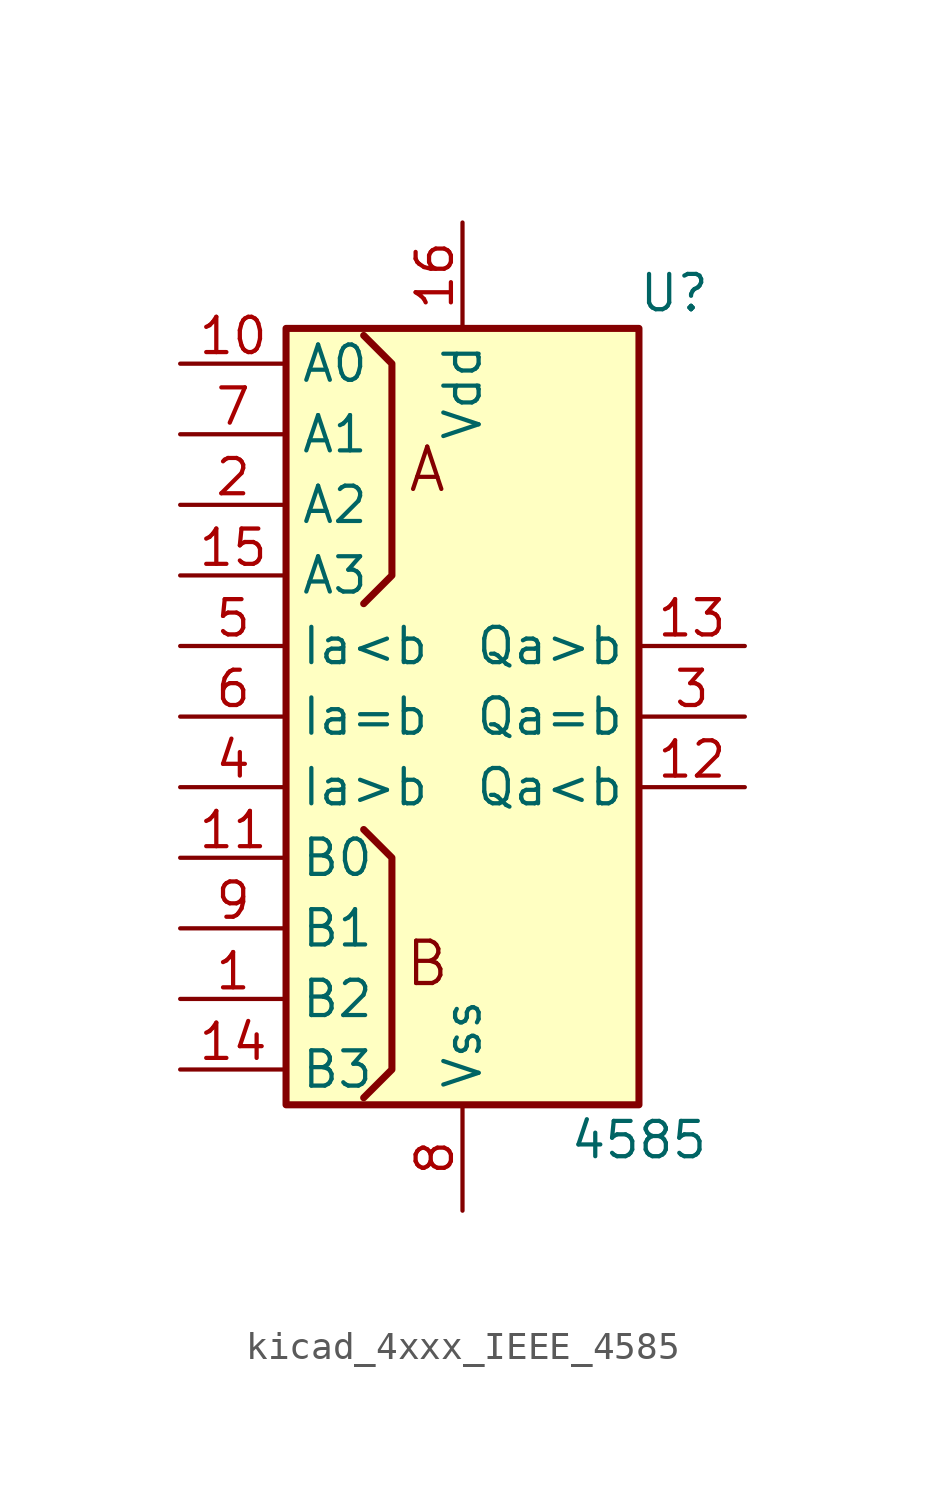
<source format=kicad_sym>
(kicad_symbol_lib
  (version 20220914)
  (generator kicad_symbol_editor)
  (symbol "kicad_4xxx_IEEE_4585"
    (property "Reference" "U"
      (at 7.62 15.24 0)
      (effects (font (size 1.27 1.27))))
    (property "Value" "4585"
      (at 6.35 -15.24 0)
      (effects (font (size 1.27 1.27))))
    (symbol "kicad_4xxx_IEEE_4585_0_0"
      (rectangle (start -6.35 13.97) (end 6.35 -13.97) (stroke (width 0.254) (type default)) (fill (type background)))
      (polyline (pts (xy -3.556 -4.064) (xy -2.54 -5.08) (xy -2.54 -12.7) (xy -3.556 -13.716) (xy -3.556 -13.716)) (stroke (width 0.254) (type default)) (fill (type background)))
      (text "A" (at -1.27 8.89 0) (effects (font (size 1.524 1.524))))
      (text "B" (at -1.27 -8.89 0) (effects (font (size 1.524 1.524)))))
    (symbol "kicad_4xxx_IEEE_4585_0_1"
      (polyline (pts (xy -3.556 4.064) (xy -2.54 5.08) (xy -2.54 12.7) (xy -3.556 13.716) (xy -3.556 13.716)) (stroke (width 0.254) (type default)) (fill (type background)))
      (pin power_in line (at 0 17.78 270) (length 3.81) (name "Vdd" (effects (font (size 1.27 1.27)))) (number "16" (effects (font (size 1.27 1.27)))))
      (pin power_in line (at 0 -17.78 90) (length 3.81) (name "Vss" (effects (font (size 1.27 1.27)))) (number "8" (effects (font (size 1.27 1.27))))))
    (symbol "kicad_4xxx_IEEE_4585_1_1"
      (pin input line (at -10.16 -10.16 0) (length 3.81) (name "B2" (effects (font (size 1.27 1.27)))) (number "1" (effects (font (size 1.27 1.27)))))
      (pin input line (at -10.16 12.7 0) (length 3.81) (name "A0" (effects (font (size 1.27 1.27)))) (number "10" (effects (font (size 1.27 1.27)))))
      (pin input line (at -10.16 -5.08 0) (length 3.81) (name "B0" (effects (font (size 1.27 1.27)))) (number "11" (effects (font (size 1.27 1.27)))))
      (pin output line (at 10.16 -2.54 180) (length 3.81) (name "Qa<b" (effects (font (size 1.27 1.27)))) (number "12" (effects (font (size 1.27 1.27)))))
      (pin output line (at 10.16 2.54 180) (length 3.81) (name "Qa>b" (effects (font (size 1.27 1.27)))) (number "13" (effects (font (size 1.27 1.27)))))
      (pin input line (at -10.16 -12.7 0) (length 3.81) (name "B3" (effects (font (size 1.27 1.27)))) (number "14" (effects (font (size 1.27 1.27)))))
      (pin input line (at -10.16 5.08 0) (length 3.81) (name "A3" (effects (font (size 1.27 1.27)))) (number "15" (effects (font (size 1.27 1.27)))))
      (pin input line (at -10.16 7.62 0) (length 3.81) (name "A2" (effects (font (size 1.27 1.27)))) (number "2" (effects (font (size 1.27 1.27)))))
      (pin output line (at 10.16 0 180) (length 3.81) (name "Qa=b" (effects (font (size 1.27 1.27)))) (number "3" (effects (font (size 1.27 1.27)))))
      (pin input line (at -10.16 -2.54 0) (length 3.81) (name "Ia>b" (effects (font (size 1.27 1.27)))) (number "4" (effects (font (size 1.27 1.27)))))
      (pin input line (at -10.16 2.54 0) (length 3.81) (name "Ia<b" (effects (font (size 1.27 1.27)))) (number "5" (effects (font (size 1.27 1.27)))))
      (pin input line (at -10.16 0 0) (length 3.81) (name "Ia=b" (effects (font (size 1.27 1.27)))) (number "6" (effects (font (size 1.27 1.27)))))
      (pin input line (at -10.16 10.16 0) (length 3.81) (name "A1" (effects (font (size 1.27 1.27)))) (number "7" (effects (font (size 1.27 1.27)))))
      (pin input line (at -10.16 -7.62 0) (length 3.81) (name "B1" (effects (font (size 1.27 1.27)))) (number "9" (effects (font (size 1.27 1.27))))))))
</source>
